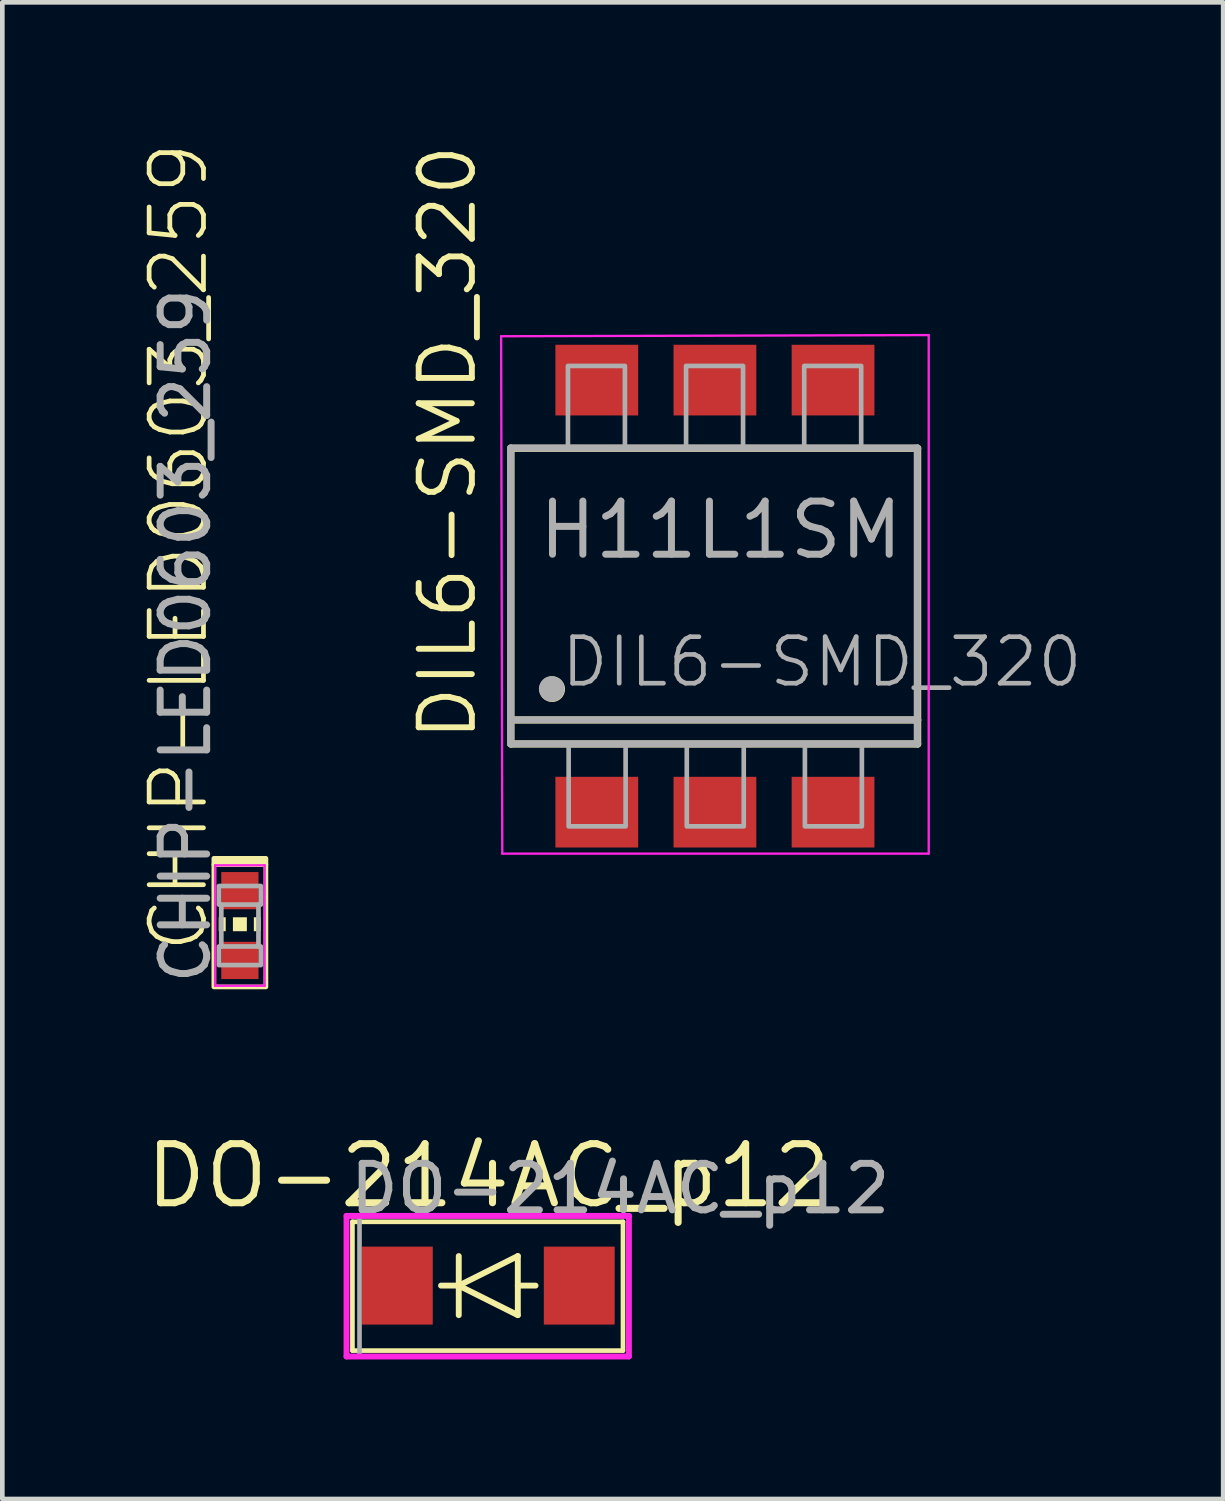
<source format=kicad_pcb>
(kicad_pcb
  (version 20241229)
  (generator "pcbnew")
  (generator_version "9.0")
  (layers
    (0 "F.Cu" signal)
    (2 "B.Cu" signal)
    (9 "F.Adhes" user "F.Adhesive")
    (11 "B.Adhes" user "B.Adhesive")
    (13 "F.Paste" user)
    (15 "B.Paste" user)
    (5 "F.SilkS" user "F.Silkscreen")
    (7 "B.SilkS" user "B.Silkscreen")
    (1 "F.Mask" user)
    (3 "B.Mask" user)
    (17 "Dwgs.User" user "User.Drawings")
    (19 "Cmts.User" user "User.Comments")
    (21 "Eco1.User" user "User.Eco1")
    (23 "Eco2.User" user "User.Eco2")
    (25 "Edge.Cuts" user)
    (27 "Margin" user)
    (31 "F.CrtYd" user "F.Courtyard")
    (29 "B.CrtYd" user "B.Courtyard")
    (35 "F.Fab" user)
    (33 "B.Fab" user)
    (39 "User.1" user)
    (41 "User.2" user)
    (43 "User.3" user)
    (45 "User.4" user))
  (footprint "DIL6-SMD_320"
    (layer "F.Cu")
    (at 12.322 9.768)
    (property "Reference" "DIL6-SMD_320" (at -5.08 3.175 90) (unlocked yes) (layer "F.SilkS") (effects (font (size 1.143 1.143) (thickness 0.127)) (justify left bottom)))
    (attr smd)
    (fp_line (start -4.385 -3.18) (end 4.36 -3.18) (stroke (width 0.152) (type solid)) (layer "F.SilkS"))
    (fp_line (start -4.385 3.18) (end -4.385 -3.18) (stroke (width 0.152) (type solid)) (layer "F.SilkS"))
    (fp_line (start 4.36 -3.18) (end 4.36 2.664) (stroke (width 0.152) (type solid)) (layer "F.SilkS"))
    (fp_line (start 4.36 2.664) (end -4.285 2.664) (stroke (width 0.152) (type solid)) (layer "F.SilkS"))
    (fp_line (start 4.36 2.664) (end 4.36 3.18) (stroke (width 0.152) (type solid)) (layer "F.SilkS"))
    (fp_line (start 4.36 3.18) (end -4.385 3.18) (stroke (width 0.152) (type solid)) (layer "F.SilkS"))
    (fp_circle (center -3.5 2) (end -3.362 2) (stroke (width 0.276) (type solid)) (fill yes) (layer "F.SilkS"))
    (fp_line (start -4.597 -5.588) (end -4.572 5.537) (stroke (width 0.05) (type default)) (layer "F.CrtYd"))
    (fp_line (start -4.572 5.537) (end 4.597 5.537) (stroke (width 0.05) (type default)) (layer "F.CrtYd"))
    (fp_line (start 4.597 -5.613) (end -4.597 -5.588) (stroke (width 0.05) (type default)) (layer "F.CrtYd"))
    (fp_line (start 4.597 5.537) (end 4.597 -5.613) (stroke (width 0.05) (type default)) (layer "F.CrtYd"))
    (fp_line (start -4.394 -3.185) (end 4.351 -3.185) (stroke (width 0.152) (type solid)) (layer "F.Fab"))
    (fp_line (start -4.394 3.175) (end -4.394 -3.185) (stroke (width 0.152) (type solid)) (layer "F.Fab"))
    (fp_line (start 4.351 -3.185) (end 4.351 3.175) (stroke (width 0.152) (type solid)) (layer "F.Fab"))
    (fp_line (start 4.351 2.659) (end -4.294 2.659) (stroke (width 0.152) (type solid)) (layer "F.Fab"))
    (fp_line (start 4.351 3.175) (end -4.394 3.175) (stroke (width 0.152) (type solid)) (layer "F.Fab"))
    (fp_circle (center -3.509 1.995) (end -3.371 1.995) (stroke (width 0.276) (type solid)) (fill no) (layer "F.Fab"))
    (fp_poly (pts (xy -3.145 4.95) (xy -1.92 4.95) (xy -1.92 3.2) (xy -3.145 3.2)) (stroke (width 0.1) (type default)) (fill no) (layer "F.Fab"))
    (fp_poly (pts (xy -1.935 -4.95) (xy -3.16 -4.95) (xy -3.16 -3.2) (xy -1.935 -3.2)) (stroke (width 0.1) (type default)) (fill no) (layer "F.Fab"))
    (fp_poly (pts (xy -0.605 4.95) (xy 0.62 4.95) (xy 0.62 3.2) (xy -0.605 3.2)) (stroke (width 0.1) (type default)) (fill no) (layer "F.Fab"))
    (fp_poly (pts (xy 0.605 -4.95) (xy -0.62 -4.95) (xy -0.62 -3.2) (xy 0.605 -3.2)) (stroke (width 0.1) (type default)) (fill no) (layer "F.Fab"))
    (fp_poly (pts (xy 1.935 4.95) (xy 3.16 4.95) (xy 3.16 3.2) (xy 1.935 3.2)) (stroke (width 0.1) (type default)) (fill no) (layer "F.Fab"))
    (fp_poly (pts (xy 3.145 -4.95) (xy 1.92 -4.95) (xy 1.92 -3.2) (xy 3.145 -3.2)) (stroke (width 0.1) (type default)) (fill no) (layer "F.Fab"))
    (fp_text user "H11L1SM" (at 0.127 -1.422 0) (unlocked yes) (layer "F.Fab") (effects (font (size 1.143 1.143) (thickness 0.15))))
    (fp_text user "${REFERENCE}" (at -3.362 2 0) (unlocked yes) (layer "F.Fab") (effects (font (size 1 1) (thickness 0.1)) (justify left bottom)))
    (pad "1" smd rect (at -2.54 4.645) (size 1.78 1.52) (layers "F.Cu" "F.Mask" "F.Paste"))
    (pad "2" smd rect (at 0 4.645) (size 1.78 1.52) (layers "F.Cu" "F.Mask" "F.Paste"))
    (pad "3" smd rect (at 2.54 4.645) (size 1.78 1.52) (layers "F.Cu" "F.Mask" "F.Paste"))
    (pad "4" smd rect (at 2.54 -4.645 180) (size 1.78 1.52) (layers "F.Cu" "F.Mask" "F.Paste"))
    (pad "5" smd rect (at 0 -4.645 180) (size 1.78 1.52) (layers "F.Cu" "F.Mask" "F.Paste"))
    (pad "6" smd rect (at -2.54 -4.645 180) (size 1.78 1.52) (layers "F.Cu" "F.Mask" "F.Paste")))
  (footprint "CHIP-LED0603_259"
    (layer "F.Cu")
    (at 2.108 16.851)
    (property "Reference" "CHIP-LED0603_259" (at -0.635 0.635 90) (unlocked yes) (layer "F.SilkS") (effects (font (size 1.168 1.168) (thickness 0.102)) (justify left bottom)))
    (attr smd)
    (fp_rect (start -0.56 -1.445) (end 0.56 -1.315) (stroke (width 0.1) (type solid)) (fill yes) (layer "F.SilkS"))
    (fp_rect (start -0.56 -1.31) (end 0.56 1.32) (stroke (width 0.1) (type default)) (fill no) (layer "F.SilkS"))
    (fp_poly (pts (xy -0.455 0.122) (xy -0.305 0.122) (xy -0.305 -0.178) (xy -0.455 -0.178)) (stroke (width 0) (type default)) (fill yes) (layer "F.SilkS"))
    (fp_poly (pts (xy -0.15 0.122) (xy 0.15 0.122) (xy 0.15 -0.178) (xy -0.15 -0.178)) (stroke (width 0) (type default)) (fill yes) (layer "F.SilkS"))
    (fp_poly (pts (xy 0.3 0.122) (xy 0.45 0.122) (xy 0.45 -0.178) (xy 0.3 -0.178)) (stroke (width 0) (type default)) (fill yes) (layer "F.SilkS"))
    (fp_line (start -0.533 -1.295) (end -0.533 1.295) (stroke (width 0.05) (type default)) (layer "F.CrtYd"))
    (fp_line (start -0.533 -1.295) (end 0.533 -1.295) (stroke (width 0.05) (type solid)) (layer "F.CrtYd"))
    (fp_line (start 0.533 -1.295) (end 0.533 1.295) (stroke (width 0.05) (type default)) (layer "F.CrtYd"))
    (fp_line (start 0.533 1.295) (end -0.533 1.295) (stroke (width 0.05) (type default)) (layer "F.CrtYd"))
    (fp_line (start -0.4 -0.45) (end -0.4 0.45) (stroke (width 0.102) (type solid)) (layer "F.Fab"))
    (fp_line (start 0.4 -0.45) (end 0.4 0.45) (stroke (width 0.102) (type solid)) (layer "F.Fab"))
    (fp_poly (pts (xy -0.45 -0.45) (xy 0.45 -0.45) (xy 0.45 -0.85) (xy -0.45 -0.85)) (stroke (width 0.1) (type default)) (fill no) (layer "F.Fab"))
    (fp_poly (pts (xy -0.45 0.85) (xy 0.45 0.85) (xy 0.45 0.45) (xy -0.45 0.45)) (stroke (width 0.1) (type default)) (fill no) (layer "F.Fab"))
    (fp_text user "${REFERENCE}" (at -0.584 1.321 90) (unlocked yes) (layer "F.Fab") (effects (font (size 1 1) (thickness 0.15)) (justify left bottom)))
    (pad "A" smd rect (at 0 0.75) (size 0.8 0.8) (layers "F.Cu" "F.Mask" "F.Paste"))
    (pad "C" smd rect (at 0 -0.75) (size 0.8 0.8) (layers "F.Cu" "F.Mask" "F.Paste")))
  (footprint "DO-214AC_p12"
    (layer "F.Cu")
    (at 7.449 24.593)
    (property "Reference" "DO-214AC_p12" (at 0 -2.362 0) (layer "F.SilkS") (effects (font (size 1.27 1.27) (thickness 0.152))))
    (fp_line (start -2.921 -1.372) (end 2.896 -1.372) (stroke (width 0.1) (type default)) (layer "F.SilkS"))
    (fp_line (start -2.921 1.397) (end -2.921 -1.372) (stroke (width 0.1) (type default)) (layer "F.SilkS"))
    (fp_line (start -1.016 0) (end -0.635 0) (stroke (width 0.127) (type solid)) (layer "F.SilkS"))
    (fp_line (start -0.635 -0.635) (end -0.635 0.635) (stroke (width 0.127) (type solid)) (layer "F.SilkS"))
    (fp_line (start -0.635 0) (end 0.635 -0.635) (stroke (width 0.127) (type solid)) (layer "F.SilkS"))
    (fp_line (start 0.635 -0.635) (end 0.635 0.635) (stroke (width 0.127) (type solid)) (layer "F.SilkS"))
    (fp_line (start 0.635 0) (end 1.016 0) (stroke (width 0.127) (type solid)) (layer "F.SilkS"))
    (fp_line (start 0.635 0.635) (end -0.635 0) (stroke (width 0.127) (type solid)) (layer "F.SilkS"))
    (fp_line (start 2.896 -1.372) (end 2.896 1.397) (stroke (width 0.1) (type default)) (layer "F.SilkS"))
    (fp_line (start 2.896 1.397) (end -2.921 1.397) (stroke (width 0.1) (type default)) (layer "F.SilkS"))
    (fp_line (start -3.048 -1.499) (end 3.023 -1.499) (stroke (width 0.127) (type solid)) (layer "F.CrtYd"))
    (fp_line (start -3.048 1.524) (end -3.048 -1.499) (stroke (width 0.127) (type solid)) (layer "F.CrtYd"))
    (fp_line (start 3.022 1.524) (end -3.049 1.524) (stroke (width 0.127) (type solid)) (layer "F.CrtYd"))
    (fp_line (start 3.023 -1.499) (end 3.022 1.524) (stroke (width 0.127) (type solid)) (layer "F.CrtYd"))
    (fp_line (start -3.048 -1.499) (end -3.048 1.524) (stroke (width 0.1) (type default)) (layer "F.Fab"))
    (fp_line (start -3.048 -1.499) (end 3.023 -1.499) (stroke (width 0.1) (type default)) (layer "F.Fab"))
    (fp_line (start -3.048 1.524) (end 3.023 1.524) (stroke (width 0.1) (type default)) (layer "F.Fab"))
    (fp_line (start 3.023 -1.499) (end 3.023 1.524) (stroke (width 0.1) (type default)) (layer "F.Fab"))
    (fp_rect (start -3.048 -1.499) (end -2.769 1.524) (stroke (width 0.1) (type default)) (fill no) (layer "F.Fab"))
    (fp_text user "${REFERENCE}" (at -3.048 -1.499 0) (unlocked yes) (layer "F.Fab") (effects (font (size 1 1) (thickness 0.15)) (justify left bottom)))
    (pad "1" smd rect (at -1.956 0) (size 1.524 1.676) (layers "F.Cu" "F.Mask" "F.Paste"))
    (pad "2" smd rect (at 1.956 0) (size 1.524 1.676) (layers "F.Cu" "F.Mask" "F.Paste")))
  (gr_rect
    (start -3 -3)
    (end 23.251 29.181)
    (stroke (width 0.1) (type default))
    (fill no)
    (layer "Edge.Cuts")))
</source>
